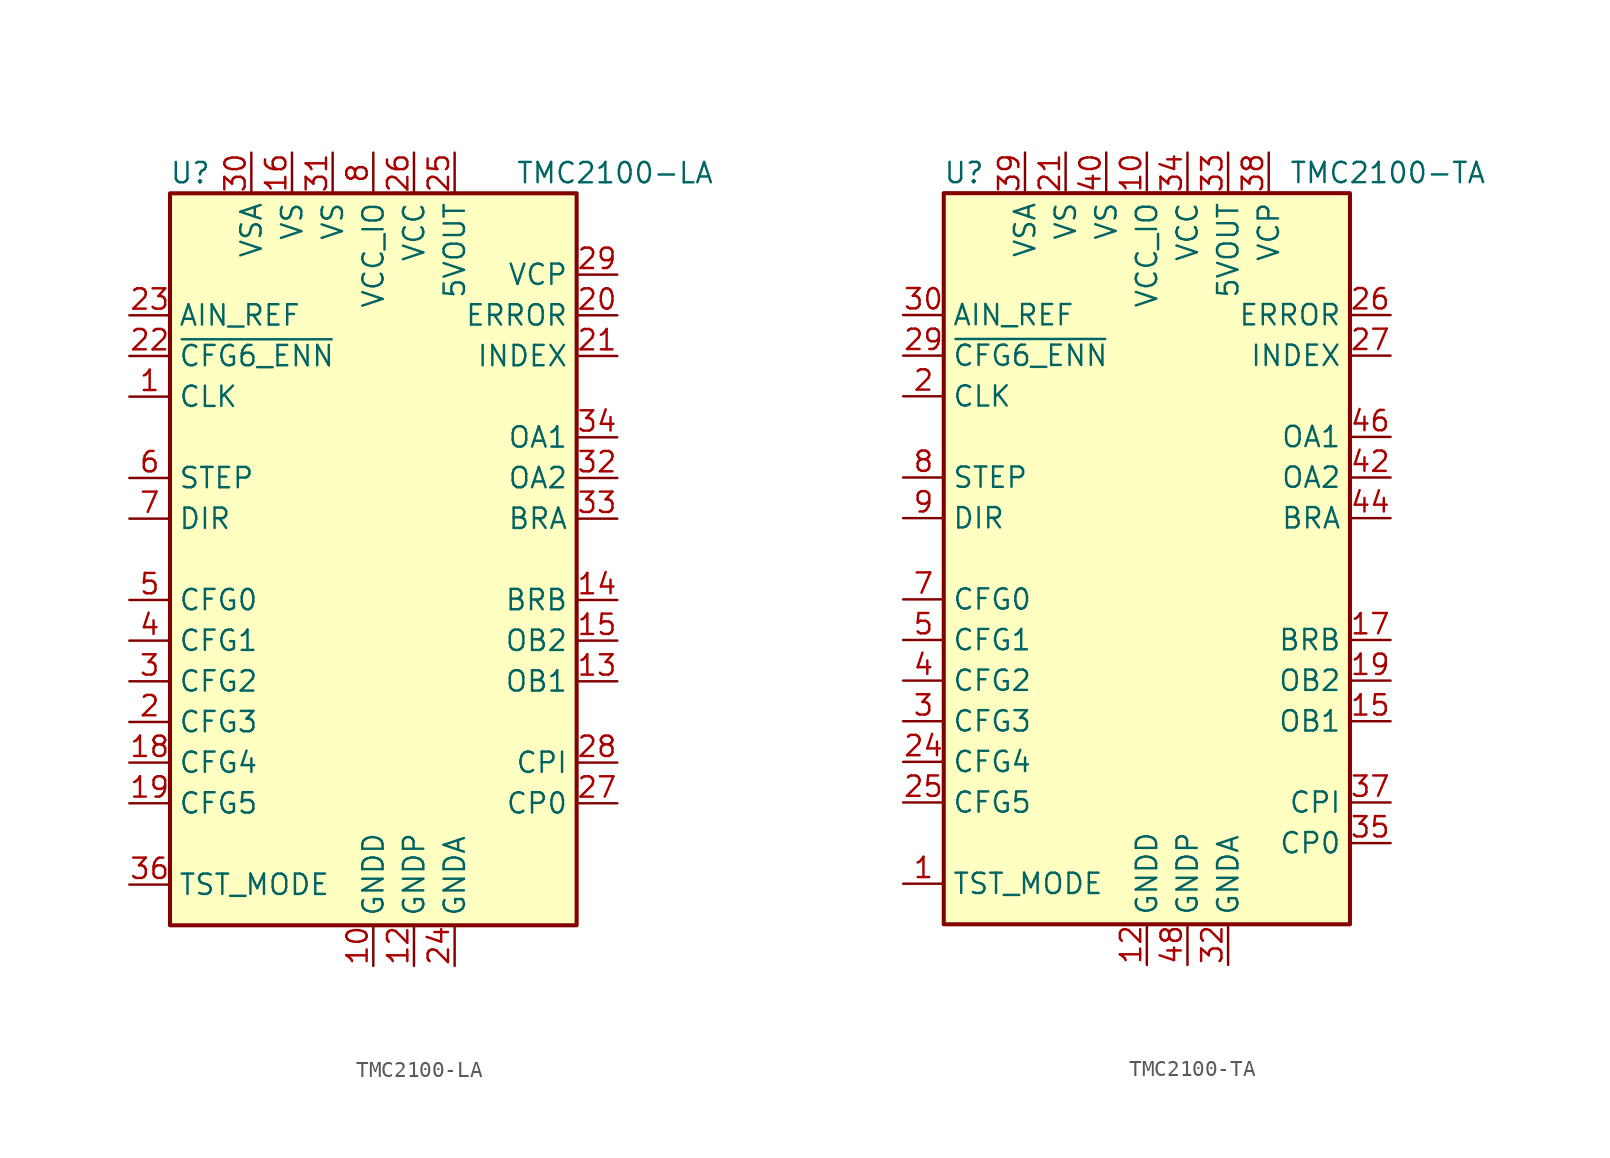
<source format=kicad_sym>
(kicad_symbol_lib
  (version 20201005)
  (generator kicad_symbol_editor)
  (symbol "Driver_Motor:TMC2100-LA"
    (property "Reference" "U"
      (at -11.43 24.13 0)
      (effects (font (size 1.27 1.27))))
    (property "Value" "TMC2100-LA"
      (at 8.89 24.13 0)
      (effects (font (size 1.27 1.27)) (justify left)))
    (symbol "TMC2100-LA_0_1"
      (rectangle (start -12.7 22.86) (end 12.7 -22.86) (stroke (width 0.254)) (fill (type background))))
    (symbol "TMC2100-LA_1_1"
      (pin input line (at -15.24 10.16 0) (length 2.54) (name "CLK" (effects (font (size 1.27 1.27)))) (number "1" (effects (font (size 1.27 1.27)))))
      (pin power_in line (at 0 -25.4 90) (length 2.54) (name "GNDD" (effects (font (size 1.27 1.27)))) (number "10" (effects (font (size 1.27 1.27)))))
      (pin passive line (at 0 -25.4 90) (length 2.54) hide (name "GNDD" (effects (font (size 1.27 1.27)))) (number "11" (effects (font (size 1.27 1.27)))))
      (pin power_in line (at 2.54 -25.4 90) (length 2.54) (name "GNDP" (effects (font (size 1.27 1.27)))) (number "12" (effects (font (size 1.27 1.27)))))
      (pin output line (at 15.24 -7.62 180) (length 2.54) (name "OB1" (effects (font (size 1.27 1.27)))) (number "13" (effects (font (size 1.27 1.27)))))
      (pin passive line (at 15.24 -2.54 180) (length 2.54) (name "BRB" (effects (font (size 1.27 1.27)))) (number "14" (effects (font (size 1.27 1.27)))))
      (pin output line (at 15.24 -5.08 180) (length 2.54) (name "OB2" (effects (font (size 1.27 1.27)))) (number "15" (effects (font (size 1.27 1.27)))))
      (pin power_in line (at -5.08 25.4 270) (length 2.54) (name "VS" (effects (font (size 1.27 1.27)))) (number "16" (effects (font (size 1.27 1.27)))))
      (pin no_connect line (at 12.7 10.16 180) (length 2.54) hide (name "DNC" (effects (font (size 1.27 1.27)))) (number "17" (effects (font (size 1.27 1.27)))))
      (pin input line (at -15.24 -12.7 0) (length 2.54) (name "CFG4" (effects (font (size 1.27 1.27)))) (number "18" (effects (font (size 1.27 1.27)))))
      (pin input line (at -15.24 -15.24 0) (length 2.54) (name "CFG5" (effects (font (size 1.27 1.27)))) (number "19" (effects (font (size 1.27 1.27)))))
      (pin input line (at -15.24 -10.16 0) (length 2.54) (name "CFG3" (effects (font (size 1.27 1.27)))) (number "2" (effects (font (size 1.27 1.27)))))
      (pin open_collector line (at 15.24 15.24 180) (length 2.54) (name "ERROR" (effects (font (size 1.27 1.27)))) (number "20" (effects (font (size 1.27 1.27)))))
      (pin open_collector line (at 15.24 12.7 180) (length 2.54) (name "INDEX" (effects (font (size 1.27 1.27)))) (number "21" (effects (font (size 1.27 1.27)))))
      (pin input line (at -15.24 12.7 0) (length 2.54) (name "~CFG6_ENN" (effects (font (size 1.27 1.27)))) (number "22" (effects (font (size 1.27 1.27)))))
      (pin input line (at -15.24 15.24 0) (length 2.54) (name "AIN_REF" (effects (font (size 1.27 1.27)))) (number "23" (effects (font (size 1.27 1.27)))))
      (pin power_in line (at 5.08 -25.4 90) (length 2.54) (name "GNDA" (effects (font (size 1.27 1.27)))) (number "24" (effects (font (size 1.27 1.27)))))
      (pin power_out line (at 5.08 25.4 270) (length 2.54) (name "5VOUT" (effects (font (size 1.27 1.27)))) (number "25" (effects (font (size 1.27 1.27)))))
      (pin power_in line (at 2.54 25.4 270) (length 2.54) (name "VCC" (effects (font (size 1.27 1.27)))) (number "26" (effects (font (size 1.27 1.27)))))
      (pin passive line (at 15.24 -15.24 180) (length 2.54) (name "CP0" (effects (font (size 1.27 1.27)))) (number "27" (effects (font (size 1.27 1.27)))))
      (pin passive line (at 15.24 -12.7 180) (length 2.54) (name "CPI" (effects (font (size 1.27 1.27)))) (number "28" (effects (font (size 1.27 1.27)))))
      (pin passive line (at 15.24 17.78 180) (length 2.54) (name "VCP" (effects (font (size 1.27 1.27)))) (number "29" (effects (font (size 1.27 1.27)))))
      (pin input line (at -15.24 -7.62 0) (length 2.54) (name "CFG2" (effects (font (size 1.27 1.27)))) (number "3" (effects (font (size 1.27 1.27)))))
      (pin power_in line (at -7.62 25.4 270) (length 2.54) (name "VSA" (effects (font (size 1.27 1.27)))) (number "30" (effects (font (size 1.27 1.27)))))
      (pin power_in line (at -2.54 25.4 270) (length 2.54) (name "VS" (effects (font (size 1.27 1.27)))) (number "31" (effects (font (size 1.27 1.27)))))
      (pin output line (at 15.24 5.08 180) (length 2.54) (name "OA2" (effects (font (size 1.27 1.27)))) (number "32" (effects (font (size 1.27 1.27)))))
      (pin passive line (at 15.24 2.54 180) (length 2.54) (name "BRA" (effects (font (size 1.27 1.27)))) (number "33" (effects (font (size 1.27 1.27)))))
      (pin output line (at 15.24 7.62 180) (length 2.54) (name "OA1" (effects (font (size 1.27 1.27)))) (number "34" (effects (font (size 1.27 1.27)))))
      (pin passive line (at 2.54 -25.4 90) (length 2.54) hide (name "GNDP" (effects (font (size 1.27 1.27)))) (number "35" (effects (font (size 1.27 1.27)))))
      (pin input line (at -15.24 -20.32 0) (length 2.54) (name "TST_MODE" (effects (font (size 1.27 1.27)))) (number "36" (effects (font (size 1.27 1.27)))))
      (pin passive line (at 0 -25.4 90) (length 2.54) hide (name "GNDD" (effects (font (size 1.27 1.27)))) (number "37" (effects (font (size 1.27 1.27)))))
      (pin input line (at -15.24 -5.08 0) (length 2.54) (name "CFG1" (effects (font (size 1.27 1.27)))) (number "4" (effects (font (size 1.27 1.27)))))
      (pin input line (at -15.24 -2.54 0) (length 2.54) (name "CFG0" (effects (font (size 1.27 1.27)))) (number "5" (effects (font (size 1.27 1.27)))))
      (pin input line (at -15.24 5.08 0) (length 2.54) (name "STEP" (effects (font (size 1.27 1.27)))) (number "6" (effects (font (size 1.27 1.27)))))
      (pin input line (at -15.24 2.54 0) (length 2.54) (name "DIR" (effects (font (size 1.27 1.27)))) (number "7" (effects (font (size 1.27 1.27)))))
      (pin power_in line (at 0 25.4 270) (length 2.54) (name "VCC_IO" (effects (font (size 1.27 1.27)))) (number "8" (effects (font (size 1.27 1.27)))))
      (pin no_connect line (at 12.7 0 180) (length 2.54) hide (name "DNC" (effects (font (size 1.27 1.27)))) (number "9" (effects (font (size 1.27 1.27)))))))
  (symbol "Driver_Motor:TMC2100-TA"
    (property "Reference" "U"
      (at -11.43 24.13 0)
      (effects (font (size 1.27 1.27))))
    (property "Value" "TMC2100-TA"
      (at 8.89 24.13 0)
      (effects (font (size 1.27 1.27)) (justify left)))
    (symbol "TMC2100-TA_0_1"
      (rectangle (start -12.7 22.86) (end 12.7 -22.86) (stroke (width 0.254)) (fill (type background))))
    (symbol "TMC2100-TA_1_1"
      (pin input line (at -15.24 -20.32 0) (length 2.54) (name "TST_MODE" (effects (font (size 1.27 1.27)))) (number "1" (effects (font (size 1.27 1.27)))))
      (pin power_in line (at 0 25.4 270) (length 2.54) (name "VCC_IO" (effects (font (size 1.27 1.27)))) (number "10" (effects (font (size 1.27 1.27)))))
      (pin no_connect line (at -12.7 17.78 0) (length 2.54) hide (name "DNC" (effects (font (size 1.27 1.27)))) (number "11" (effects (font (size 1.27 1.27)))))
      (pin power_in line (at 0 -25.4 90) (length 2.54) (name "GNDD" (effects (font (size 1.27 1.27)))) (number "12" (effects (font (size 1.27 1.27)))))
      (pin passive line (at 2.54 -25.4 90) (length 2.54) hide (name "GNDP" (effects (font (size 1.27 1.27)))) (number "13" (effects (font (size 1.27 1.27)))))
      (pin no_connect line (at -12.7 7.62 0) (length 2.54) hide (name "DNC" (effects (font (size 1.27 1.27)))) (number "14" (effects (font (size 1.27 1.27)))))
      (pin output line (at 15.24 -10.16 180) (length 2.54) (name "OB1" (effects (font (size 1.27 1.27)))) (number "15" (effects (font (size 1.27 1.27)))))
      (pin no_connect line (at -12.7 0 0) (length 2.54) hide (name "DNC" (effects (font (size 1.27 1.27)))) (number "16" (effects (font (size 1.27 1.27)))))
      (pin passive line (at 15.24 -5.08 180) (length 2.54) (name "BRB" (effects (font (size 1.27 1.27)))) (number "17" (effects (font (size 1.27 1.27)))))
      (pin no_connect line (at -12.7 -17.78 0) (length 2.54) hide (name "DNC" (effects (font (size 1.27 1.27)))) (number "18" (effects (font (size 1.27 1.27)))))
      (pin output line (at 15.24 -7.62 180) (length 2.54) (name "OB2" (effects (font (size 1.27 1.27)))) (number "19" (effects (font (size 1.27 1.27)))))
      (pin input line (at -15.24 10.16 0) (length 2.54) (name "CLK" (effects (font (size 1.27 1.27)))) (number "2" (effects (font (size 1.27 1.27)))))
      (pin no_connect line (at 12.7 17.78 180) (length 2.54) hide (name "DNC" (effects (font (size 1.27 1.27)))) (number "20" (effects (font (size 1.27 1.27)))))
      (pin power_in line (at -5.08 25.4 270) (length 2.54) (name "VS" (effects (font (size 1.27 1.27)))) (number "21" (effects (font (size 1.27 1.27)))))
      (pin no_connect line (at 7.62 -22.86 90) (length 2.54) hide (name "DNC" (effects (font (size 1.27 1.27)))) (number "22" (effects (font (size 1.27 1.27)))))
      (pin no_connect line (at 12.7 20.32 180) (length 2.54) hide (name "DNC" (effects (font (size 1.27 1.27)))) (number "23" (effects (font (size 1.27 1.27)))))
      (pin input line (at -15.24 -12.7 0) (length 2.54) (name "CFG4" (effects (font (size 1.27 1.27)))) (number "24" (effects (font (size 1.27 1.27)))))
      (pin input line (at -15.24 -15.24 0) (length 2.54) (name "CFG5" (effects (font (size 1.27 1.27)))) (number "25" (effects (font (size 1.27 1.27)))))
      (pin open_collector line (at 15.24 15.24 180) (length 2.54) (name "ERROR" (effects (font (size 1.27 1.27)))) (number "26" (effects (font (size 1.27 1.27)))))
      (pin open_collector line (at 15.24 12.7 180) (length 2.54) (name "INDEX" (effects (font (size 1.27 1.27)))) (number "27" (effects (font (size 1.27 1.27)))))
      (pin no_connect line (at 12.7 -20.32 180) (length 2.54) hide (name "DNC" (effects (font (size 1.27 1.27)))) (number "28" (effects (font (size 1.27 1.27)))))
      (pin input line (at -15.24 12.7 0) (length 2.54) (name "~CFG6_ENN" (effects (font (size 1.27 1.27)))) (number "29" (effects (font (size 1.27 1.27)))))
      (pin input line (at -15.24 -10.16 0) (length 2.54) (name "CFG3" (effects (font (size 1.27 1.27)))) (number "3" (effects (font (size 1.27 1.27)))))
      (pin input line (at -15.24 15.24 0) (length 2.54) (name "AIN_REF" (effects (font (size 1.27 1.27)))) (number "30" (effects (font (size 1.27 1.27)))))
      (pin passive line (at 0 -25.4 90) (length 2.54) hide (name "GNDD" (effects (font (size 1.27 1.27)))) (number "31" (effects (font (size 1.27 1.27)))))
      (pin power_in line (at 5.08 -25.4 90) (length 2.54) (name "GNDA" (effects (font (size 1.27 1.27)))) (number "32" (effects (font (size 1.27 1.27)))))
      (pin power_out line (at 5.08 25.4 270) (length 2.54) (name "5VOUT" (effects (font (size 1.27 1.27)))) (number "33" (effects (font (size 1.27 1.27)))))
      (pin power_in line (at 2.54 25.4 270) (length 2.54) (name "VCC" (effects (font (size 1.27 1.27)))) (number "34" (effects (font (size 1.27 1.27)))))
      (pin passive line (at 15.24 -17.78 180) (length 2.54) (name "CP0" (effects (font (size 1.27 1.27)))) (number "35" (effects (font (size 1.27 1.27)))))
      (pin passive line (at 0 -25.4 90) (length 2.54) hide (name "GNDD" (effects (font (size 1.27 1.27)))) (number "36" (effects (font (size 1.27 1.27)))))
      (pin passive line (at 15.24 -15.24 180) (length 2.54) (name "CPI" (effects (font (size 1.27 1.27)))) (number "37" (effects (font (size 1.27 1.27)))))
      (pin passive line (at 7.62 25.4 270) (length 2.54) (name "VCP" (effects (font (size 1.27 1.27)))) (number "38" (effects (font (size 1.27 1.27)))))
      (pin power_in line (at -7.62 25.4 270) (length 2.54) (name "VSA" (effects (font (size 1.27 1.27)))) (number "39" (effects (font (size 1.27 1.27)))))
      (pin input line (at -15.24 -7.62 0) (length 2.54) (name "CFG2" (effects (font (size 1.27 1.27)))) (number "4" (effects (font (size 1.27 1.27)))))
      (pin power_in line (at -2.54 25.4 270) (length 2.54) (name "VS" (effects (font (size 1.27 1.27)))) (number "40" (effects (font (size 1.27 1.27)))))
      (pin no_connect line (at 12.7 -12.7 180) (length 2.54) hide (name "DNC" (effects (font (size 1.27 1.27)))) (number "41" (effects (font (size 1.27 1.27)))))
      (pin output line (at 15.24 5.08 180) (length 2.54) (name "OA2" (effects (font (size 1.27 1.27)))) (number "42" (effects (font (size 1.27 1.27)))))
      (pin no_connect line (at 12.7 -2.54 180) (length 2.54) hide (name "DNC" (effects (font (size 1.27 1.27)))) (number "43" (effects (font (size 1.27 1.27)))))
      (pin passive line (at 15.24 2.54 180) (length 2.54) (name "BRA" (effects (font (size 1.27 1.27)))) (number "44" (effects (font (size 1.27 1.27)))))
      (pin no_connect line (at 12.7 0 180) (length 2.54) hide (name "DNC" (effects (font (size 1.27 1.27)))) (number "45" (effects (font (size 1.27 1.27)))))
      (pin output line (at 15.24 7.62 180) (length 2.54) (name "OA1" (effects (font (size 1.27 1.27)))) (number "46" (effects (font (size 1.27 1.27)))))
      (pin no_connect line (at 12.7 10.16 180) (length 2.54) hide (name "DNC" (effects (font (size 1.27 1.27)))) (number "47" (effects (font (size 1.27 1.27)))))
      (pin power_in line (at 2.54 -25.4 90) (length 2.54) (name "GNDP" (effects (font (size 1.27 1.27)))) (number "48" (effects (font (size 1.27 1.27)))))
      (pin passive line (at 0 -25.4 90) (length 2.54) hide (name "GNDD" (effects (font (size 1.27 1.27)))) (number "49" (effects (font (size 1.27 1.27)))))
      (pin input line (at -15.24 -5.08 0) (length 2.54) (name "CFG1" (effects (font (size 1.27 1.27)))) (number "5" (effects (font (size 1.27 1.27)))))
      (pin passive line (at 0 -25.4 90) (length 2.54) hide (name "GNDD" (effects (font (size 1.27 1.27)))) (number "6" (effects (font (size 1.27 1.27)))))
      (pin input line (at -15.24 -2.54 0) (length 2.54) (name "CFG0" (effects (font (size 1.27 1.27)))) (number "7" (effects (font (size 1.27 1.27)))))
      (pin input line (at -15.24 5.08 0) (length 2.54) (name "STEP" (effects (font (size 1.27 1.27)))) (number "8" (effects (font (size 1.27 1.27)))))
      (pin input line (at -15.24 2.54 0) (length 2.54) (name "DIR" (effects (font (size 1.27 1.27)))) (number "9" (effects (font (size 1.27 1.27))))))))
</source>
